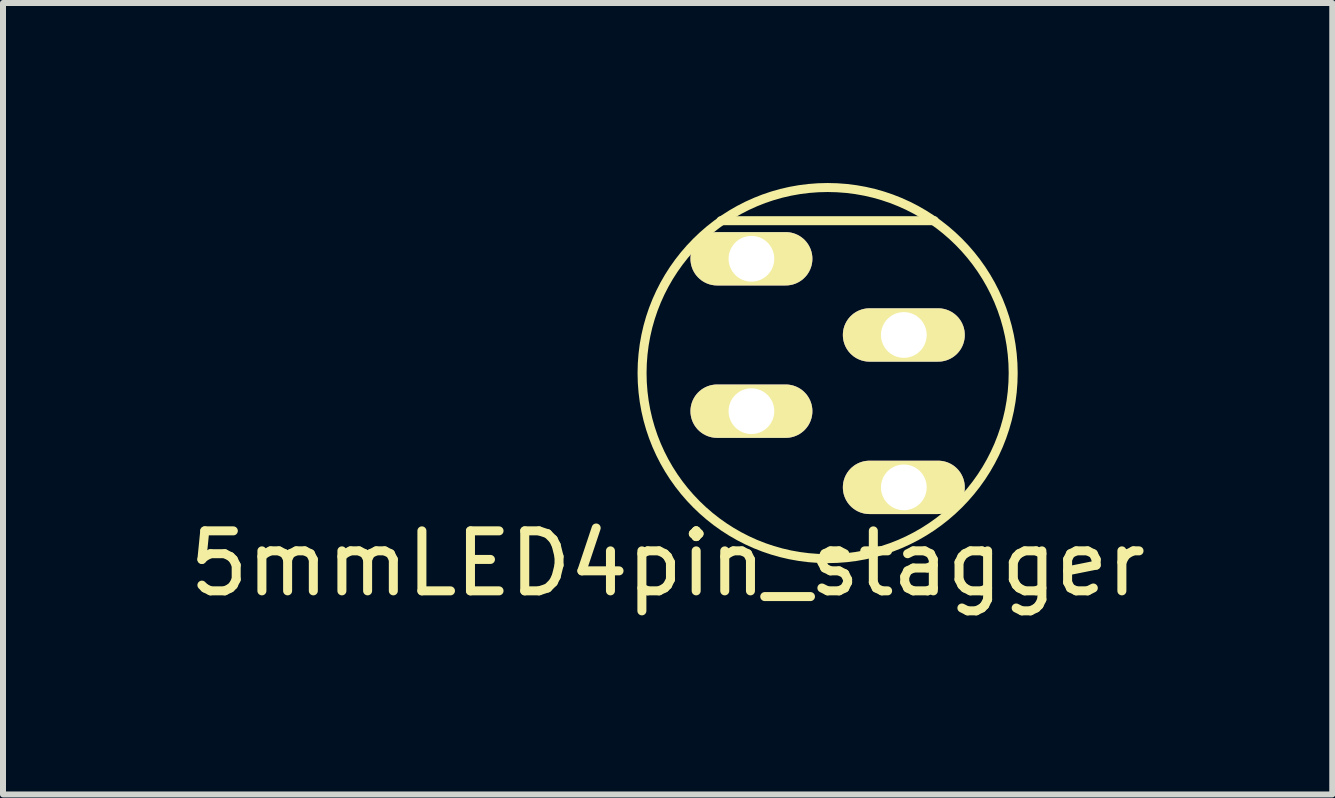
<source format=kicad_pcb>
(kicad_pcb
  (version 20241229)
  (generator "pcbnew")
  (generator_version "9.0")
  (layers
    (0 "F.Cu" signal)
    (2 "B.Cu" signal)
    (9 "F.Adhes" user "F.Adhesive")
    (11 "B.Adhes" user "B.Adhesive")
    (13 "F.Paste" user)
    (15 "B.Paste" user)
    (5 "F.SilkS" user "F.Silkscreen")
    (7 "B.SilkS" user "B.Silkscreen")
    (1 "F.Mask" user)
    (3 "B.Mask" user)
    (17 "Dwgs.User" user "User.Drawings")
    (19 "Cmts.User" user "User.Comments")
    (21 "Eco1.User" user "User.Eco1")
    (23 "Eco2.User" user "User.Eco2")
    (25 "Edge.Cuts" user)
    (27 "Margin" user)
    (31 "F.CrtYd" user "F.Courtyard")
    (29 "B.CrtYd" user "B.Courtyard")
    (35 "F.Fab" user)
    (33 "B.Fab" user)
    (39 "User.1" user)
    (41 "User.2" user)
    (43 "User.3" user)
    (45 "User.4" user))
  (footprint "5mmLED4pin_stagger"
    (layer "F.Cu")
    (at 10.744 5.073)
    (property "Reference" "5mmLED4pin_stagger" (at -2.667 1.27 0) (layer "F.SilkS") (effects (font (size 1 1) (thickness 0.15))))
    (attr through_hole)
    (fp_line (start -1.778 -4.445) (end 1.778 -4.445) (stroke (width 0.15) (type solid)) (layer "F.SilkS"))
    (fp_circle (center 0 -1.905) (end 2.921 -2.921) (stroke (width 0.15) (type solid)) (fill no) (layer "F.SilkS"))
    (pad "1" thru_hole oval (at 1.27 0 90) (size 0.889 2.032) (drill 0.762) (layers "*.Cu" "*.Mask" "F.SilkS"))
    (pad "2" thru_hole oval (at -1.27 -1.27 90) (size 0.889 2.032) (drill 0.762) (layers "*.Cu" "*.Mask" "F.SilkS"))
    (pad "3" thru_hole oval (at 1.27 -2.54 90) (size 0.889 2.032) (drill 0.762) (layers "*.Cu" "*.Mask" "F.SilkS"))
    (pad "4" thru_hole oval (at -1.27 -3.81 90) (size 0.889 2.032) (drill 0.762) (layers "*.Cu" "*.Mask" "F.SilkS")))
  (gr_rect
    (start -3 -3)
    (end 19.155 10.191)
    (stroke (width 0.1) (type default))
    (fill no)
    (layer "Edge.Cuts")))
</source>
